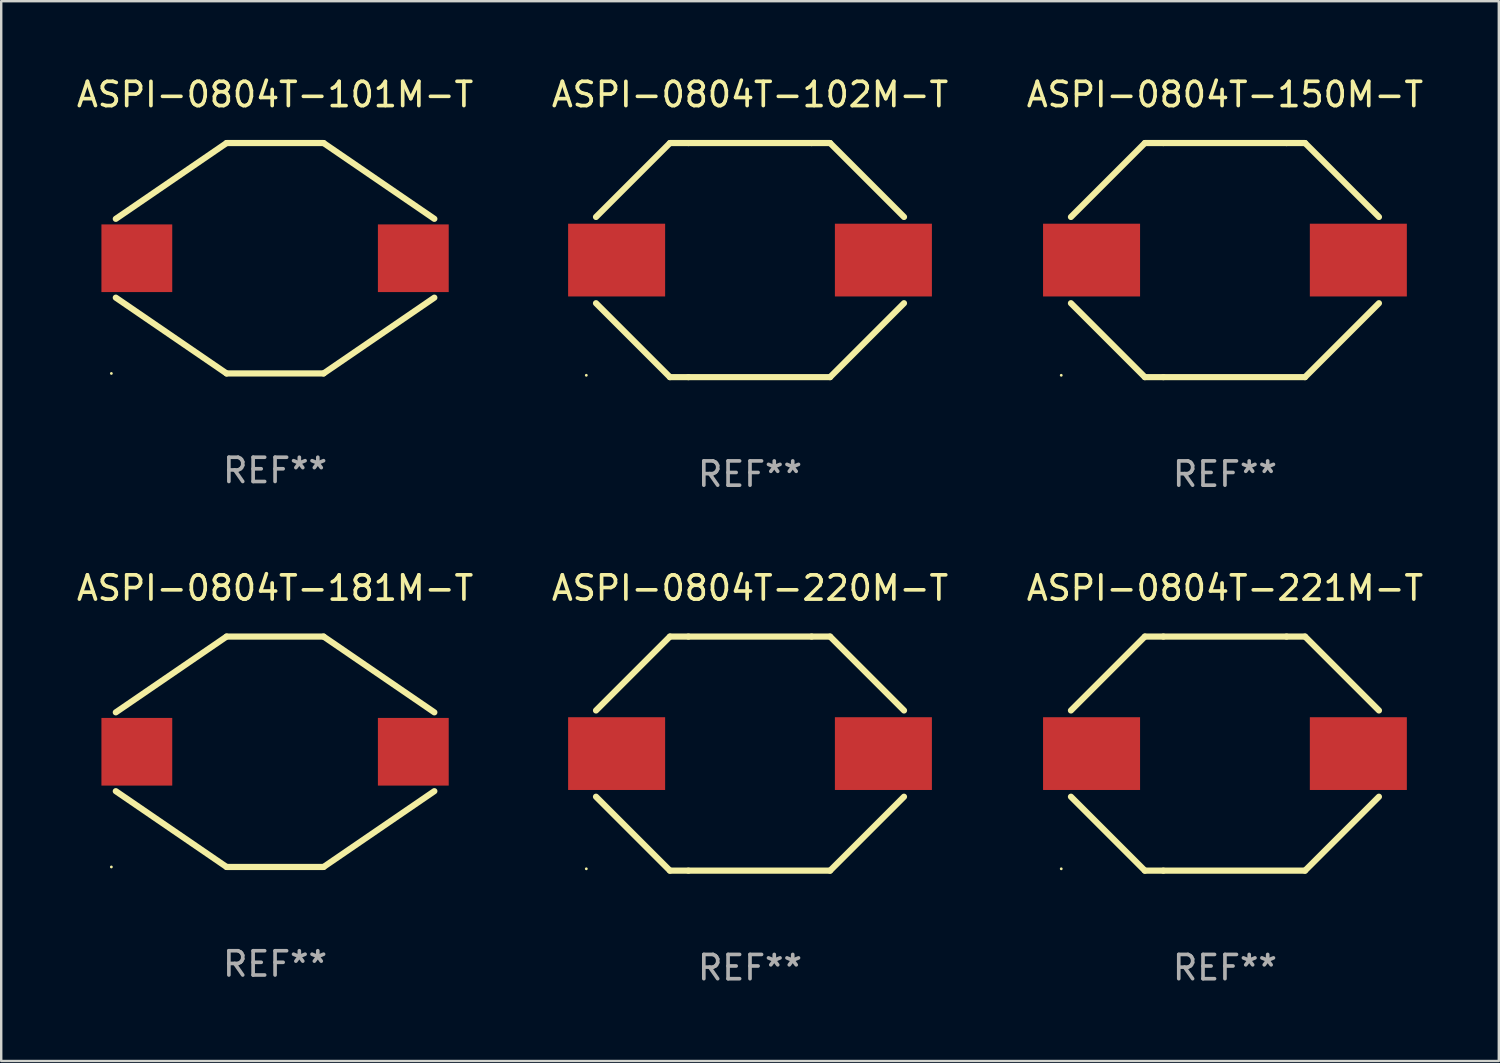
<source format=kicad_pcb>
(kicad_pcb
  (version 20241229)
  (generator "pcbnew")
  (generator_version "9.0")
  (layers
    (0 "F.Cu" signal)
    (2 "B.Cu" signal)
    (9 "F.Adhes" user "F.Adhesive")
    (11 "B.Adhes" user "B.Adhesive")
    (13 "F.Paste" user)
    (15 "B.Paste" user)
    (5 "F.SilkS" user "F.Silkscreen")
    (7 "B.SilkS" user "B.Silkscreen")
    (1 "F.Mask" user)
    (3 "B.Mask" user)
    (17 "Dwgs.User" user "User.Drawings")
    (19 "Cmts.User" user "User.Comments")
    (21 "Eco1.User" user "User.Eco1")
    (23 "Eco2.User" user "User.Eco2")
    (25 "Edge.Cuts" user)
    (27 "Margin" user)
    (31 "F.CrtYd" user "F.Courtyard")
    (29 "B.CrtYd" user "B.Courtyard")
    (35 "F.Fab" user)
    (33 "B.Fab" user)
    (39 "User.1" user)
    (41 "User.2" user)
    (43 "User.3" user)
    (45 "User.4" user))
  (footprint "ASPI-0804T-220M-T"
    (layer "F.Cu")
    (at 27.875 28.023)
    (property "Reference" "ASPI-0804T-220M-T" (at 0 -6.826 0) (layer "F.SilkS") (effects (font (size 1 1) (thickness 0.15))))
    (attr through_hole)
    (fp_line (start -3.302 -4.826) (end -6.35 -1.778) (stroke (width 0.254) (type solid)) (layer "F.SilkS"))
    (fp_line (start -3.302 4.826) (end -6.35 1.778) (stroke (width 0.254) (type solid)) (layer "F.SilkS"))
    (fp_line (start -2.541 4.826) (end 3.301 4.826) (stroke (width 0.254) (type solid)) (layer "F.SilkS"))
    (fp_line (start -2.54 -4.826) (end -3.302 -4.826) (stroke (width 0.254) (type solid)) (layer "F.SilkS"))
    (fp_line (start -2.54 -4.826) (end 2.54 -4.826) (stroke (width 0.254) (type solid)) (layer "F.SilkS"))
    (fp_line (start -2.54 4.826) (end -3.302 4.826) (stroke (width 0.254) (type solid)) (layer "F.SilkS"))
    (fp_line (start 2.54 -4.826) (end 3.302 -4.826) (stroke (width 0.254) (type solid)) (layer "F.SilkS"))
    (fp_line (start 3.301 4.826) (end 6.349 1.778) (stroke (width 0.254) (type solid)) (layer "F.SilkS"))
    (fp_line (start 3.302 -4.826) (end 6.35 -1.778) (stroke (width 0.254) (type solid)) (layer "F.SilkS"))
    (fp_circle (center -6.75 4.75) (end -6.72 4.75) (stroke (width 0.06) (type solid)) (fill no) (layer "F.SilkS"))
    (fp_text user "REF**" (at 0 8.826 0) (layer "F.Fab") (effects (font (size 1 1) (thickness 0.15))))
    (pad "1" smd rect (at -5.5 0) (size 4 3) (layers "F.Cu" "F.Mask" "F.Paste"))
    (pad "2" smd rect (at 5.5 0) (size 4 3) (layers "F.Cu" "F.Mask" "F.Paste")))
  (footprint "ASPI-0804T-150M-T"
    (layer "F.Cu")
    (at 47.458 7.674)
    (property "Reference" "ASPI-0804T-150M-T" (at 0 -6.826 0) (layer "F.SilkS") (effects (font (size 1 1) (thickness 0.15))))
    (attr through_hole)
    (fp_line (start -3.302 -4.826) (end -6.35 -1.778) (stroke (width 0.254) (type solid)) (layer "F.SilkS"))
    (fp_line (start -3.302 4.826) (end -6.35 1.778) (stroke (width 0.254) (type solid)) (layer "F.SilkS"))
    (fp_line (start -2.541 4.826) (end 3.301 4.826) (stroke (width 0.254) (type solid)) (layer "F.SilkS"))
    (fp_line (start -2.54 -4.826) (end -3.302 -4.826) (stroke (width 0.254) (type solid)) (layer "F.SilkS"))
    (fp_line (start -2.54 -4.826) (end 2.54 -4.826) (stroke (width 0.254) (type solid)) (layer "F.SilkS"))
    (fp_line (start -2.54 4.826) (end -3.302 4.826) (stroke (width 0.254) (type solid)) (layer "F.SilkS"))
    (fp_line (start 2.54 -4.826) (end 3.302 -4.826) (stroke (width 0.254) (type solid)) (layer "F.SilkS"))
    (fp_line (start 3.301 4.826) (end 6.349 1.778) (stroke (width 0.254) (type solid)) (layer "F.SilkS"))
    (fp_line (start 3.302 -4.826) (end 6.35 -1.778) (stroke (width 0.254) (type solid)) (layer "F.SilkS"))
    (fp_circle (center -6.75 4.75) (end -6.72 4.75) (stroke (width 0.06) (type solid)) (fill no) (layer "F.SilkS"))
    (fp_text user "REF**" (at 0 8.826 0) (layer "F.Fab") (effects (font (size 1 1) (thickness 0.15))))
    (pad "1" smd rect (at -5.5 0) (size 4 3) (layers "F.Cu" "F.Mask" "F.Paste"))
    (pad "2" smd rect (at 5.5 0) (size 4 3) (layers "F.Cu" "F.Mask" "F.Paste")))
  (footprint "ASPI-0804T-102M-T"
    (layer "F.Cu")
    (at 27.875 7.674)
    (property "Reference" "ASPI-0804T-102M-T" (at 0 -6.826 0) (layer "F.SilkS") (effects (font (size 1 1) (thickness 0.15))))
    (attr through_hole)
    (fp_line (start -3.302 -4.826) (end -6.35 -1.778) (stroke (width 0.254) (type solid)) (layer "F.SilkS"))
    (fp_line (start -3.302 4.826) (end -6.35 1.778) (stroke (width 0.254) (type solid)) (layer "F.SilkS"))
    (fp_line (start -2.541 4.826) (end 3.301 4.826) (stroke (width 0.254) (type solid)) (layer "F.SilkS"))
    (fp_line (start -2.54 -4.826) (end -3.302 -4.826) (stroke (width 0.254) (type solid)) (layer "F.SilkS"))
    (fp_line (start -2.54 -4.826) (end 2.54 -4.826) (stroke (width 0.254) (type solid)) (layer "F.SilkS"))
    (fp_line (start -2.54 4.826) (end -3.302 4.826) (stroke (width 0.254) (type solid)) (layer "F.SilkS"))
    (fp_line (start 2.54 -4.826) (end 3.302 -4.826) (stroke (width 0.254) (type solid)) (layer "F.SilkS"))
    (fp_line (start 3.301 4.826) (end 6.349 1.778) (stroke (width 0.254) (type solid)) (layer "F.SilkS"))
    (fp_line (start 3.302 -4.826) (end 6.35 -1.778) (stroke (width 0.254) (type solid)) (layer "F.SilkS"))
    (fp_circle (center -6.75 4.75) (end -6.72 4.75) (stroke (width 0.06) (type solid)) (fill no) (layer "F.SilkS"))
    (fp_text user "REF**" (at 0 8.826 0) (layer "F.Fab") (effects (font (size 1 1) (thickness 0.15))))
    (pad "1" smd rect (at -5.5 0) (size 4 3) (layers "F.Cu" "F.Mask" "F.Paste"))
    (pad "2" smd rect (at 5.5 0) (size 4 3) (layers "F.Cu" "F.Mask" "F.Paste")))
  (footprint "ASPI-0804T-221M-T"
    (layer "F.Cu")
    (at 47.458 28.023)
    (property "Reference" "ASPI-0804T-221M-T" (at 0 -6.826 0) (layer "F.SilkS") (effects (font (size 1 1) (thickness 0.15))))
    (attr through_hole)
    (fp_line (start -3.302 -4.826) (end -6.35 -1.778) (stroke (width 0.254) (type solid)) (layer "F.SilkS"))
    (fp_line (start -3.302 4.826) (end -6.35 1.778) (stroke (width 0.254) (type solid)) (layer "F.SilkS"))
    (fp_line (start -2.541 4.826) (end 3.301 4.826) (stroke (width 0.254) (type solid)) (layer "F.SilkS"))
    (fp_line (start -2.54 -4.826) (end -3.302 -4.826) (stroke (width 0.254) (type solid)) (layer "F.SilkS"))
    (fp_line (start -2.54 -4.826) (end 2.54 -4.826) (stroke (width 0.254) (type solid)) (layer "F.SilkS"))
    (fp_line (start -2.54 4.826) (end -3.302 4.826) (stroke (width 0.254) (type solid)) (layer "F.SilkS"))
    (fp_line (start 2.54 -4.826) (end 3.302 -4.826) (stroke (width 0.254) (type solid)) (layer "F.SilkS"))
    (fp_line (start 3.301 4.826) (end 6.349 1.778) (stroke (width 0.254) (type solid)) (layer "F.SilkS"))
    (fp_line (start 3.302 -4.826) (end 6.35 -1.778) (stroke (width 0.254) (type solid)) (layer "F.SilkS"))
    (fp_circle (center -6.75 4.75) (end -6.72 4.75) (stroke (width 0.06) (type solid)) (fill no) (layer "F.SilkS"))
    (fp_text user "REF**" (at 0 8.826 0) (layer "F.Fab") (effects (font (size 1 1) (thickness 0.15))))
    (pad "1" smd rect (at -5.5 0) (size 4 3) (layers "F.Cu" "F.Mask" "F.Paste"))
    (pad "2" smd rect (at 5.5 0) (size 4 3) (layers "F.Cu" "F.Mask" "F.Paste")))
  (footprint "ASPI-0804T-101M-T"
    (layer "F.Cu")
    (at 8.292 7.598)
    (property "Reference" "ASPI-0804T-101M-T" (at 0 -6.75 0) (layer "F.SilkS") (effects (font (size 1 1) (thickness 0.15))))
    (attr through_hole)
    (fp_line (start -2 -4.75) (end -6.567 -1.625) (stroke (width 0.254) (type solid)) (layer "F.SilkS"))
    (fp_line (start -2 4.75) (end -6.567 1.625) (stroke (width 0.254) (type solid)) (layer "F.SilkS"))
    (fp_line (start 2 -4.75) (end -2 -4.75) (stroke (width 0.254) (type solid)) (layer "F.SilkS"))
    (fp_line (start 2 -4.75) (end 6.567 -1.625) (stroke (width 0.254) (type solid)) (layer "F.SilkS"))
    (fp_line (start 2 4.75) (end -2 4.75) (stroke (width 0.254) (type solid)) (layer "F.SilkS"))
    (fp_line (start 2 4.75) (end 6.567 1.625) (stroke (width 0.254) (type solid)) (layer "F.SilkS"))
    (fp_circle (center -6.75 4.75) (end -6.72 4.75) (stroke (width 0.06) (type solid)) (fill no) (layer "F.SilkS"))
    (fp_text user "REF**" (at 0 8.75 0) (layer "F.Fab") (effects (font (size 1 1) (thickness 0.15))))
    (pad "1" smd rect (at -5.7 -0.000013) (size 2.92 2.79) (layers "F.Cu" "F.Mask" "F.Paste"))
    (pad "2" smd rect (at 5.7 -0.000013) (size 2.92 2.79) (layers "F.Cu" "F.Mask" "F.Paste")))
  (footprint "ASPI-0804T-181M-T"
    (layer "F.Cu")
    (at 8.292 27.947)
    (property "Reference" "ASPI-0804T-181M-T" (at 0 -6.75 0) (layer "F.SilkS") (effects (font (size 1 1) (thickness 0.15))))
    (attr through_hole)
    (fp_line (start -2 -4.75) (end -6.567 -1.625) (stroke (width 0.254) (type solid)) (layer "F.SilkS"))
    (fp_line (start -2 4.75) (end -6.567 1.625) (stroke (width 0.254) (type solid)) (layer "F.SilkS"))
    (fp_line (start 2 -4.75) (end -2 -4.75) (stroke (width 0.254) (type solid)) (layer "F.SilkS"))
    (fp_line (start 2 -4.75) (end 6.567 -1.625) (stroke (width 0.254) (type solid)) (layer "F.SilkS"))
    (fp_line (start 2 4.75) (end -2 4.75) (stroke (width 0.254) (type solid)) (layer "F.SilkS"))
    (fp_line (start 2 4.75) (end 6.567 1.625) (stroke (width 0.254) (type solid)) (layer "F.SilkS"))
    (fp_circle (center -6.75 4.75) (end -6.72 4.75) (stroke (width 0.06) (type solid)) (fill no) (layer "F.SilkS"))
    (fp_text user "REF**" (at 0 8.75 0) (layer "F.Fab") (effects (font (size 1 1) (thickness 0.15))))
    (pad "1" smd rect (at -5.7 -0.000013) (size 2.92 2.79) (layers "F.Cu" "F.Mask" "F.Paste"))
    (pad "2" smd rect (at 5.7 -0.000013) (size 2.92 2.79) (layers "F.Cu" "F.Mask" "F.Paste")))
  (gr_rect
    (start -3 -3)
    (end 58.75 40.697)
    (stroke (width 0.1) (type default))
    (fill no)
    (layer "Edge.Cuts")))
</source>
